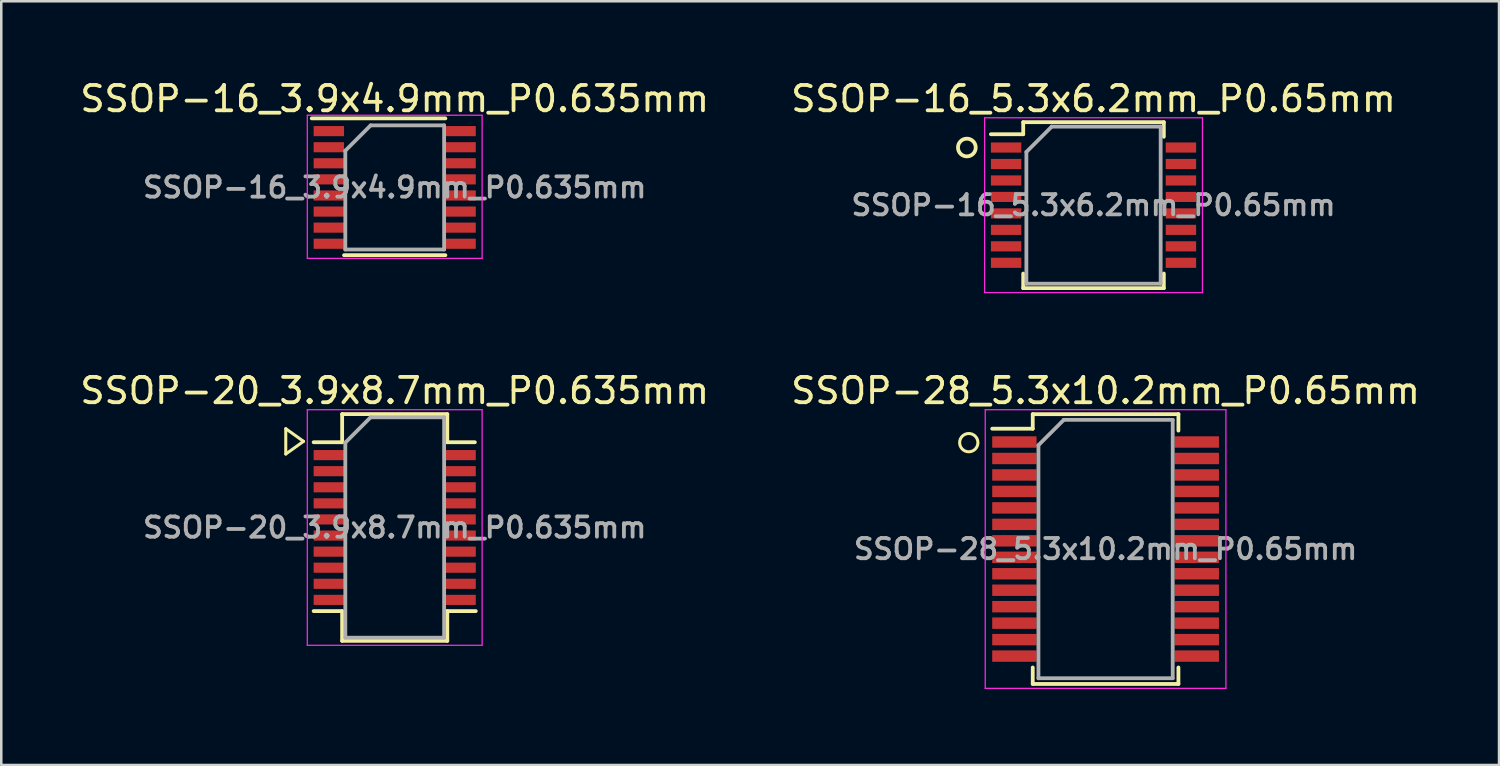
<source format=kicad_pcb>
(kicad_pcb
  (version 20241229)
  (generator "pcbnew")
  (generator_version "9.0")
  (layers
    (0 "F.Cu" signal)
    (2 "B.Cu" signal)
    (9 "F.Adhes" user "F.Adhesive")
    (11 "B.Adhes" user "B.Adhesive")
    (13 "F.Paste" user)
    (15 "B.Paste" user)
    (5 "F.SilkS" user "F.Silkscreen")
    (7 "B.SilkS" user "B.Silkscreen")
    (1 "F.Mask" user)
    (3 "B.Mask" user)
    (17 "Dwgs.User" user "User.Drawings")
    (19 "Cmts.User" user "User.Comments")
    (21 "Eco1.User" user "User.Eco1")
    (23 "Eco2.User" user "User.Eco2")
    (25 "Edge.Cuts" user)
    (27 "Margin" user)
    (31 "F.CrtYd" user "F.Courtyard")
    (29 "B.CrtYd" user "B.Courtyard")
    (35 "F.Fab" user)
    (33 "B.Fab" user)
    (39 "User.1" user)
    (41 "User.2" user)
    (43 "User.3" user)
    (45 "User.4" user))
  (footprint "SSOP-16_3.9x4.9mm_P0.635mm"
    (layer "F.Cu")
    (at 12.53 4.348)
    (property "Reference" "SSOP-16_3.9x4.9mm_P0.635mm" (at 0 -3.5 0) (layer "F.SilkS") (effects (font (size 1 1) (thickness 0.15))))
    (attr smd)
    (fp_line (start -3.275 -2.725) (end 2 -2.725) (stroke (width 0.15) (type solid)) (layer "F.SilkS"))
    (fp_line (start -2 2.675) (end 2 2.675) (stroke (width 0.15) (type solid)) (layer "F.SilkS"))
    (fp_line (start -3.45 -2.85) (end -3.45 2.8) (stroke (width 0.05) (type solid)) (layer "F.CrtYd"))
    (fp_line (start -3.45 -2.85) (end 3.45 -2.85) (stroke (width 0.05) (type solid)) (layer "F.CrtYd"))
    (fp_line (start -3.45 2.8) (end 3.45 2.8) (stroke (width 0.05) (type solid)) (layer "F.CrtYd"))
    (fp_line (start 3.45 -2.85) (end 3.45 2.8) (stroke (width 0.05) (type solid)) (layer "F.CrtYd"))
    (fp_line (start -1.95 -1.45) (end -0.95 -2.45) (stroke (width 0.15) (type solid)) (layer "F.Fab"))
    (fp_line (start -1.95 2.45) (end -1.95 -1.45) (stroke (width 0.15) (type solid)) (layer "F.Fab"))
    (fp_line (start -0.95 -2.45) (end 1.95 -2.45) (stroke (width 0.15) (type solid)) (layer "F.Fab"))
    (fp_line (start 1.95 -2.45) (end 1.95 2.45) (stroke (width 0.15) (type solid)) (layer "F.Fab"))
    (fp_line (start 1.95 2.45) (end -1.95 2.45) (stroke (width 0.15) (type solid)) (layer "F.Fab"))
    (fp_text user "${REFERENCE}" (at 0 0 0) (layer "F.Fab") (effects (font (size 0.8 0.8) (thickness 0.15))))
    (pad "1" smd rect (at -2.6 -2.223) (size 1.2 0.4) (layers "F.Cu" "F.Mask" "F.Paste"))
    (pad "2" smd rect (at -2.6 -1.587) (size 1.2 0.4) (layers "F.Cu" "F.Mask" "F.Paste"))
    (pad "3" smd rect (at -2.6 -0.953) (size 1.2 0.4) (layers "F.Cu" "F.Mask" "F.Paste"))
    (pad "4" smd rect (at -2.6 -0.318) (size 1.2 0.4) (layers "F.Cu" "F.Mask" "F.Paste"))
    (pad "5" smd rect (at -2.6 0.318) (size 1.2 0.4) (layers "F.Cu" "F.Mask" "F.Paste"))
    (pad "6" smd rect (at -2.6 0.953) (size 1.2 0.4) (layers "F.Cu" "F.Mask" "F.Paste"))
    (pad "7" smd rect (at -2.6 1.587) (size 1.2 0.4) (layers "F.Cu" "F.Mask" "F.Paste"))
    (pad "8" smd rect (at -2.6 2.223) (size 1.2 0.4) (layers "F.Cu" "F.Mask" "F.Paste"))
    (pad "9" smd rect (at 2.6 2.223) (size 1.2 0.4) (layers "F.Cu" "F.Mask" "F.Paste"))
    (pad "10" smd rect (at 2.6 1.587) (size 1.2 0.4) (layers "F.Cu" "F.Mask" "F.Paste"))
    (pad "11" smd rect (at 2.6 0.953) (size 1.2 0.4) (layers "F.Cu" "F.Mask" "F.Paste"))
    (pad "12" smd rect (at 2.6 0.318) (size 1.2 0.4) (layers "F.Cu" "F.Mask" "F.Paste"))
    (pad "13" smd rect (at 2.6 -0.318) (size 1.2 0.4) (layers "F.Cu" "F.Mask" "F.Paste"))
    (pad "14" smd rect (at 2.6 -0.953) (size 1.2 0.4) (layers "F.Cu" "F.Mask" "F.Paste"))
    (pad "15" smd rect (at 2.6 -1.587) (size 1.2 0.4) (layers "F.Cu" "F.Mask" "F.Paste"))
    (pad "16" smd rect (at 2.6 -2.223) (size 1.2 0.4) (layers "F.Cu" "F.Mask" "F.Paste")))
  (footprint "SSOP-20_3.9x8.7mm_P0.635mm"
    (layer "F.Cu")
    (at 12.53 17.771)
    (property "Reference" "SSOP-20_3.9x8.7mm_P0.635mm" (at 0 -5.4 0) (layer "F.SilkS") (effects (font (size 1 1) (thickness 0.15))))
    (attr smd)
    (fp_line (start -4.3 -3.9) (end -4.3 -2.9) (stroke (width 0.12) (type default)) (layer "F.SilkS"))
    (fp_line (start -4.3 -2.9) (end -3.6 -3.4) (stroke (width 0.12) (type default)) (layer "F.SilkS"))
    (fp_line (start -3.6 -3.4) (end -4.3 -3.9) (stroke (width 0.12) (type default)) (layer "F.SilkS"))
    (fp_line (start -2.075 -4.475) (end 2.075 -4.475) (stroke (width 0.15) (type solid)) (layer "F.SilkS"))
    (fp_line (start -2.075 -3.365) (end -3.2 -3.365) (stroke (width 0.15) (type solid)) (layer "F.SilkS"))
    (fp_line (start -2.075 -3.365) (end -2.075 -4.475) (stroke (width 0.15) (type solid)) (layer "F.SilkS"))
    (fp_line (start -2.075 3.3) (end -3.2 3.3) (stroke (width 0.15) (type solid)) (layer "F.SilkS"))
    (fp_line (start -2.075 4.475) (end -2.075 3.3) (stroke (width 0.15) (type solid)) (layer "F.SilkS"))
    (fp_line (start -2.075 4.475) (end 2.075 4.475) (stroke (width 0.15) (type solid)) (layer "F.SilkS"))
    (fp_line (start 2.075 -4.475) (end 2.075 -3.365) (stroke (width 0.15) (type solid)) (layer "F.SilkS"))
    (fp_line (start 2.075 4.475) (end 2.075 3.3) (stroke (width 0.15) (type solid)) (layer "F.SilkS"))
    (fp_line (start 3.163 -3.365) (end 2.075 -3.365) (stroke (width 0.15) (type solid)) (layer "F.SilkS"))
    (fp_line (start 3.2 3.3) (end 2.075 3.3) (stroke (width 0.15) (type solid)) (layer "F.SilkS"))
    (fp_line (start -3.45 -4.65) (end -3.45 4.65) (stroke (width 0.05) (type solid)) (layer "F.CrtYd"))
    (fp_line (start -3.45 -4.65) (end 3.45 -4.65) (stroke (width 0.05) (type solid)) (layer "F.CrtYd"))
    (fp_line (start -3.45 4.65) (end 3.45 4.65) (stroke (width 0.05) (type solid)) (layer "F.CrtYd"))
    (fp_line (start 3.45 -4.65) (end 3.45 4.65) (stroke (width 0.05) (type solid)) (layer "F.CrtYd"))
    (fp_line (start -1.95 -3.35) (end -0.95 -4.35) (stroke (width 0.15) (type solid)) (layer "F.Fab"))
    (fp_line (start -1.95 4.35) (end -1.95 -3.35) (stroke (width 0.15) (type solid)) (layer "F.Fab"))
    (fp_line (start -0.95 -4.35) (end 1.95 -4.35) (stroke (width 0.15) (type solid)) (layer "F.Fab"))
    (fp_line (start 1.95 -4.35) (end 1.95 4.35) (stroke (width 0.15) (type solid)) (layer "F.Fab"))
    (fp_line (start 1.95 4.35) (end -1.95 4.35) (stroke (width 0.15) (type solid)) (layer "F.Fab"))
    (fp_text user "${REFERENCE}" (at 0 0 0) (layer "F.Fab") (effects (font (size 0.8 0.8) (thickness 0.15))))
    (pad "1" smd rect (at -2.6 -2.857) (size 1.2 0.4) (layers "F.Cu" "F.Mask" "F.Paste"))
    (pad "2" smd rect (at -2.6 -2.223) (size 1.2 0.4) (layers "F.Cu" "F.Mask" "F.Paste"))
    (pad "3" smd rect (at -2.6 -1.587) (size 1.2 0.4) (layers "F.Cu" "F.Mask" "F.Paste"))
    (pad "4" smd rect (at -2.6 -0.953) (size 1.2 0.4) (layers "F.Cu" "F.Mask" "F.Paste"))
    (pad "5" smd rect (at -2.6 -0.318) (size 1.2 0.4) (layers "F.Cu" "F.Mask" "F.Paste"))
    (pad "6" smd rect (at -2.6 0.318) (size 1.2 0.4) (layers "F.Cu" "F.Mask" "F.Paste"))
    (pad "7" smd rect (at -2.6 0.953) (size 1.2 0.4) (layers "F.Cu" "F.Mask" "F.Paste"))
    (pad "8" smd rect (at -2.6 1.587) (size 1.2 0.4) (layers "F.Cu" "F.Mask" "F.Paste"))
    (pad "9" smd rect (at -2.6 2.223) (size 1.2 0.4) (layers "F.Cu" "F.Mask" "F.Paste"))
    (pad "10" smd rect (at -2.6 2.857) (size 1.2 0.4) (layers "F.Cu" "F.Mask" "F.Paste"))
    (pad "11" smd rect (at 2.6 2.857) (size 1.2 0.4) (layers "F.Cu" "F.Mask" "F.Paste"))
    (pad "12" smd rect (at 2.6 2.223) (size 1.2 0.4) (layers "F.Cu" "F.Mask" "F.Paste"))
    (pad "13" smd rect (at 2.6 1.587) (size 1.2 0.4) (layers "F.Cu" "F.Mask" "F.Paste"))
    (pad "14" smd rect (at 2.6 0.953) (size 1.2 0.4) (layers "F.Cu" "F.Mask" "F.Paste"))
    (pad "15" smd rect (at 2.6 0.318) (size 1.2 0.4) (layers "F.Cu" "F.Mask" "F.Paste"))
    (pad "16" smd rect (at 2.6 -0.318) (size 1.2 0.4) (layers "F.Cu" "F.Mask" "F.Paste"))
    (pad "17" smd rect (at 2.6 -0.953) (size 1.2 0.4) (layers "F.Cu" "F.Mask" "F.Paste"))
    (pad "18" smd rect (at 2.6 -1.587) (size 1.2 0.4) (layers "F.Cu" "F.Mask" "F.Paste"))
    (pad "19" smd rect (at 2.6 -2.223) (size 1.2 0.4) (layers "F.Cu" "F.Mask" "F.Paste"))
    (pad "20" smd rect (at 2.6 -2.857) (size 1.2 0.4) (layers "F.Cu" "F.Mask" "F.Paste")))
  (footprint "SSOP-16_5.3x6.2mm_P0.65mm"
    (layer "F.Cu")
    (at 40.113 5.048)
    (property "Reference" "SSOP-16_5.3x6.2mm_P0.65mm" (at 0 -4.2 0) (layer "F.SilkS") (effects (font (size 1 1) (thickness 0.15))))
    (attr smd)
    (fp_line (start -2.775 -3.275) (end -2.775 -2.8) (stroke (width 0.15) (type solid)) (layer "F.SilkS"))
    (fp_line (start -2.775 -3.275) (end 2.775 -3.275) (stroke (width 0.15) (type solid)) (layer "F.SilkS"))
    (fp_line (start -2.775 -2.8) (end -4.05 -2.8) (stroke (width 0.15) (type solid)) (layer "F.SilkS"))
    (fp_line (start -2.775 3.275) (end -2.775 2.7) (stroke (width 0.15) (type solid)) (layer "F.SilkS"))
    (fp_line (start -2.775 3.275) (end 2.775 3.275) (stroke (width 0.15) (type solid)) (layer "F.SilkS"))
    (fp_line (start 2.775 -3.275) (end 2.775 -2.7) (stroke (width 0.15) (type solid)) (layer "F.SilkS"))
    (fp_line (start 2.775 3.275) (end 2.775 2.7) (stroke (width 0.15) (type solid)) (layer "F.SilkS"))
    (fp_circle (center -5 -2.275) (end -4.65 -2.275) (stroke (width 0.15) (type solid)) (fill no) (layer "F.SilkS"))
    (fp_line (start -4.3 -3.45) (end -4.3 3.45) (stroke (width 0.05) (type solid)) (layer "F.CrtYd"))
    (fp_line (start -4.3 -3.45) (end 4.3 -3.45) (stroke (width 0.05) (type solid)) (layer "F.CrtYd"))
    (fp_line (start -4.3 3.45) (end 4.3 3.45) (stroke (width 0.05) (type solid)) (layer "F.CrtYd"))
    (fp_line (start 4.3 -3.45) (end 4.3 3.45) (stroke (width 0.05) (type solid)) (layer "F.CrtYd"))
    (fp_line (start -2.65 -2.1) (end -1.65 -3.1) (stroke (width 0.15) (type solid)) (layer "F.Fab"))
    (fp_line (start -2.65 3.1) (end -2.65 -2.1) (stroke (width 0.15) (type solid)) (layer "F.Fab"))
    (fp_line (start -1.65 -3.1) (end 2.65 -3.1) (stroke (width 0.15) (type solid)) (layer "F.Fab"))
    (fp_line (start 2.65 -3.1) (end 2.65 3.1) (stroke (width 0.15) (type solid)) (layer "F.Fab"))
    (fp_line (start 2.65 3.1) (end -2.65 3.1) (stroke (width 0.15) (type solid)) (layer "F.Fab"))
    (fp_text user "${REFERENCE}" (at 0 0 0) (layer "F.Fab") (effects (font (size 0.8 0.8) (thickness 0.15))))
    (pad "1" smd rect (at -3.45 -2.275) (size 1.2 0.4) (layers "F.Cu" "F.Mask" "F.Paste"))
    (pad "2" smd rect (at -3.45 -1.625) (size 1.2 0.4) (layers "F.Cu" "F.Mask" "F.Paste"))
    (pad "3" smd rect (at -3.45 -0.975) (size 1.2 0.4) (layers "F.Cu" "F.Mask" "F.Paste"))
    (pad "4" smd rect (at -3.45 -0.325) (size 1.2 0.4) (layers "F.Cu" "F.Mask" "F.Paste"))
    (pad "5" smd rect (at -3.45 0.325) (size 1.2 0.4) (layers "F.Cu" "F.Mask" "F.Paste"))
    (pad "6" smd rect (at -3.45 0.975) (size 1.2 0.4) (layers "F.Cu" "F.Mask" "F.Paste"))
    (pad "7" smd rect (at -3.45 1.625) (size 1.2 0.4) (layers "F.Cu" "F.Mask" "F.Paste"))
    (pad "8" smd rect (at -3.45 2.275) (size 1.2 0.4) (layers "F.Cu" "F.Mask" "F.Paste"))
    (pad "9" smd rect (at 3.45 2.275) (size 1.2 0.4) (layers "F.Cu" "F.Mask" "F.Paste"))
    (pad "10" smd rect (at 3.45 1.625) (size 1.2 0.4) (layers "F.Cu" "F.Mask" "F.Paste"))
    (pad "11" smd rect (at 3.45 0.975) (size 1.2 0.4) (layers "F.Cu" "F.Mask" "F.Paste"))
    (pad "12" smd rect (at 3.45 0.325) (size 1.2 0.4) (layers "F.Cu" "F.Mask" "F.Paste"))
    (pad "13" smd rect (at 3.45 -0.325) (size 1.2 0.4) (layers "F.Cu" "F.Mask" "F.Paste"))
    (pad "14" smd rect (at 3.45 -0.975) (size 1.2 0.4) (layers "F.Cu" "F.Mask" "F.Paste"))
    (pad "15" smd rect (at 3.45 -1.625) (size 1.2 0.4) (layers "F.Cu" "F.Mask" "F.Paste"))
    (pad "16" smd rect (at 3.45 -2.275) (size 1.2 0.4) (layers "F.Cu" "F.Mask" "F.Paste")))
  (footprint "SSOP-28_5.3x10.2mm_P0.65mm"
    (layer "F.Cu")
    (at 40.589 18.622)
    (property "Reference" "SSOP-28_5.3x10.2mm_P0.65mm" (at 0 -6.25 0) (layer "F.SilkS") (effects (font (size 1 1) (thickness 0.15))))
    (attr smd)
    (fp_line (start -2.875 -5.325) (end -2.875 -4.75) (stroke (width 0.15) (type solid)) (layer "F.SilkS"))
    (fp_line (start -2.875 -5.325) (end 2.875 -5.325) (stroke (width 0.15) (type solid)) (layer "F.SilkS"))
    (fp_line (start -2.875 -4.75) (end -4.475 -4.75) (stroke (width 0.15) (type solid)) (layer "F.SilkS"))
    (fp_line (start -2.875 5.325) (end -2.875 4.675) (stroke (width 0.15) (type solid)) (layer "F.SilkS"))
    (fp_line (start -2.875 5.325) (end 2.875 5.325) (stroke (width 0.15) (type solid)) (layer "F.SilkS"))
    (fp_line (start 2.875 -5.325) (end 2.875 -4.675) (stroke (width 0.15) (type solid)) (layer "F.SilkS"))
    (fp_line (start 2.875 5.325) (end 2.875 4.675) (stroke (width 0.15) (type solid)) (layer "F.SilkS"))
    (fp_circle (center -5.4 -4.2) (end -5.7 -4.4) (stroke (width 0.12) (type solid)) (fill no) (layer "F.SilkS"))
    (fp_line (start -4.75 -5.5) (end -4.75 5.5) (stroke (width 0.05) (type solid)) (layer "F.CrtYd"))
    (fp_line (start -4.75 -5.5) (end 4.75 -5.5) (stroke (width 0.05) (type solid)) (layer "F.CrtYd"))
    (fp_line (start -4.75 5.5) (end 4.75 5.5) (stroke (width 0.05) (type solid)) (layer "F.CrtYd"))
    (fp_line (start 4.75 -5.5) (end 4.75 5.5) (stroke (width 0.05) (type solid)) (layer "F.CrtYd"))
    (fp_line (start -2.65 -4.1) (end -1.65 -5.1) (stroke (width 0.15) (type solid)) (layer "F.Fab"))
    (fp_line (start -2.65 5.1) (end -2.65 -4.1) (stroke (width 0.15) (type solid)) (layer "F.Fab"))
    (fp_line (start -1.65 -5.1) (end 2.65 -5.1) (stroke (width 0.15) (type solid)) (layer "F.Fab"))
    (fp_line (start 2.65 -5.1) (end 2.65 5.1) (stroke (width 0.15) (type solid)) (layer "F.Fab"))
    (fp_line (start 2.65 5.1) (end -2.65 5.1) (stroke (width 0.15) (type solid)) (layer "F.Fab"))
    (fp_text user "${REFERENCE}" (at 0 0 0) (layer "F.Fab") (effects (font (size 0.8 0.8) (thickness 0.15))))
    (pad "1" smd rect (at -3.6 -4.225) (size 1.75 0.45) (layers "F.Cu" "F.Mask" "F.Paste"))
    (pad "2" smd rect (at -3.6 -3.575) (size 1.75 0.45) (layers "F.Cu" "F.Mask" "F.Paste"))
    (pad "3" smd rect (at -3.6 -2.925) (size 1.75 0.45) (layers "F.Cu" "F.Mask" "F.Paste"))
    (pad "4" smd rect (at -3.6 -2.275) (size 1.75 0.45) (layers "F.Cu" "F.Mask" "F.Paste"))
    (pad "5" smd rect (at -3.6 -1.625) (size 1.75 0.45) (layers "F.Cu" "F.Mask" "F.Paste"))
    (pad "6" smd rect (at -3.6 -0.975) (size 1.75 0.45) (layers "F.Cu" "F.Mask" "F.Paste"))
    (pad "7" smd rect (at -3.6 -0.325) (size 1.75 0.45) (layers "F.Cu" "F.Mask" "F.Paste"))
    (pad "8" smd rect (at -3.6 0.325) (size 1.75 0.45) (layers "F.Cu" "F.Mask" "F.Paste"))
    (pad "9" smd rect (at -3.6 0.975) (size 1.75 0.45) (layers "F.Cu" "F.Mask" "F.Paste"))
    (pad "10" smd rect (at -3.6 1.625) (size 1.75 0.45) (layers "F.Cu" "F.Mask" "F.Paste"))
    (pad "11" smd rect (at -3.6 2.275) (size 1.75 0.45) (layers "F.Cu" "F.Mask" "F.Paste"))
    (pad "12" smd rect (at -3.6 2.925) (size 1.75 0.45) (layers "F.Cu" "F.Mask" "F.Paste"))
    (pad "13" smd rect (at -3.6 3.575) (size 1.75 0.45) (layers "F.Cu" "F.Mask" "F.Paste"))
    (pad "14" smd rect (at -3.6 4.225) (size 1.75 0.45) (layers "F.Cu" "F.Mask" "F.Paste"))
    (pad "15" smd rect (at 3.6 4.225) (size 1.75 0.45) (layers "F.Cu" "F.Mask" "F.Paste"))
    (pad "16" smd rect (at 3.6 3.575) (size 1.75 0.45) (layers "F.Cu" "F.Mask" "F.Paste"))
    (pad "17" smd rect (at 3.6 2.925) (size 1.75 0.45) (layers "F.Cu" "F.Mask" "F.Paste"))
    (pad "18" smd rect (at 3.6 2.275) (size 1.75 0.45) (layers "F.Cu" "F.Mask" "F.Paste"))
    (pad "19" smd rect (at 3.6 1.625) (size 1.75 0.45) (layers "F.Cu" "F.Mask" "F.Paste"))
    (pad "20" smd rect (at 3.6 0.975) (size 1.75 0.45) (layers "F.Cu" "F.Mask" "F.Paste"))
    (pad "21" smd rect (at 3.6 0.325) (size 1.75 0.45) (layers "F.Cu" "F.Mask" "F.Paste"))
    (pad "22" smd rect (at 3.6 -0.325) (size 1.75 0.45) (layers "F.Cu" "F.Mask" "F.Paste"))
    (pad "23" smd rect (at 3.6 -0.975) (size 1.75 0.45) (layers "F.Cu" "F.Mask" "F.Paste"))
    (pad "24" smd rect (at 3.6 -1.625) (size 1.75 0.45) (layers "F.Cu" "F.Mask" "F.Paste"))
    (pad "25" smd rect (at 3.6 -2.275) (size 1.75 0.45) (layers "F.Cu" "F.Mask" "F.Paste"))
    (pad "26" smd rect (at 3.6 -2.925) (size 1.75 0.45) (layers "F.Cu" "F.Mask" "F.Paste"))
    (pad "27" smd rect (at 3.6 -3.575) (size 1.75 0.45) (layers "F.Cu" "F.Mask" "F.Paste"))
    (pad "28" smd rect (at 3.6 -4.225) (size 1.75 0.45) (layers "F.Cu" "F.Mask" "F.Paste")))
  (gr_rect
    (start -3 -3)
    (end 56.119 27.146)
    (stroke (width 0.1) (type default))
    (fill no)
    (layer "Edge.Cuts")))
</source>
